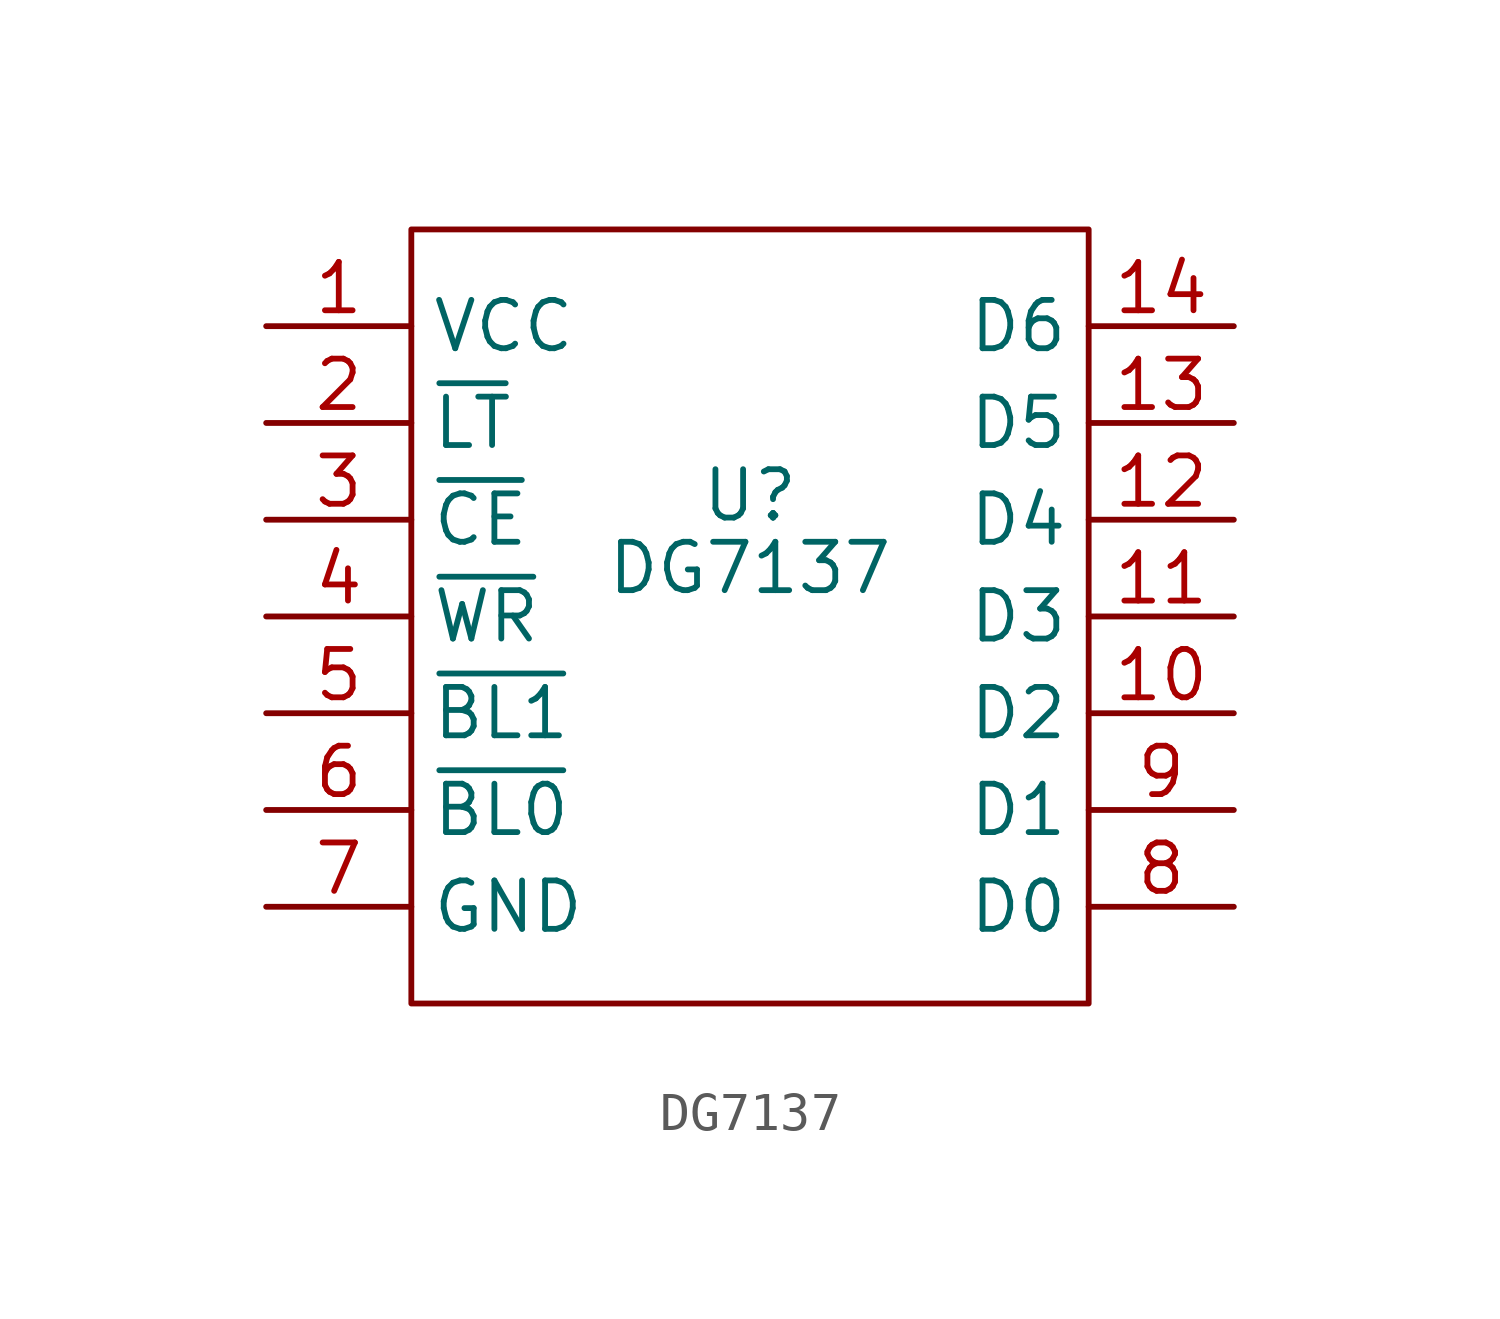
<source format=kicad_sym>
(kicad_symbol_lib
  (version 20211014)
  (generator kicad_symbol_editor)
  (symbol "DG7137"
    (property "Reference" "U"
      (at 0 -8.255 0)
      (effects (font (size 1.27 1.27))))
    (property "Value" "DG7137"
      (at 0 -10.16 0)
      (effects (font (size 1.27 1.27))))
    (symbol "DG7137_0_1"
      (rectangle (start -8.89 -1.27) (end 8.89 -21.59) (stroke (width 0) (type default) (color 0 0 0 0)) (fill (type none))))
    (symbol "DG7137_1_1"
      (pin bidirectional line (at -12.7 -3.81 0) (length 3.81) (name "VCC" (effects (font (size 1.27 1.27)))) (number "1" (effects (font (size 1.27 1.27)))))
      (pin bidirectional line (at 12.7 -13.97 180) (length 3.81) (name "D2" (effects (font (size 1.27 1.27)))) (number "10" (effects (font (size 1.27 1.27)))))
      (pin bidirectional line (at 12.7 -11.43 180) (length 3.81) (name "D3" (effects (font (size 1.27 1.27)))) (number "11" (effects (font (size 1.27 1.27)))))
      (pin bidirectional line (at 12.7 -8.89 180) (length 3.81) (name "D4" (effects (font (size 1.27 1.27)))) (number "12" (effects (font (size 1.27 1.27)))))
      (pin bidirectional line (at 12.7 -6.35 180) (length 3.81) (name "D5" (effects (font (size 1.27 1.27)))) (number "13" (effects (font (size 1.27 1.27)))))
      (pin bidirectional line (at 12.7 -3.81 180) (length 3.81) (name "D6" (effects (font (size 1.27 1.27)))) (number "14" (effects (font (size 1.27 1.27)))))
      (pin bidirectional line (at -12.7 -6.35 0) (length 3.81) (name "~{LT}" (effects (font (size 1.27 1.27)))) (number "2" (effects (font (size 1.27 1.27)))))
      (pin bidirectional line (at -12.7 -8.89 0) (length 3.81) (name "~{CE}" (effects (font (size 1.27 1.27)))) (number "3" (effects (font (size 1.27 1.27)))))
      (pin bidirectional line (at -12.7 -11.43 0) (length 3.81) (name "~{WR}" (effects (font (size 1.27 1.27)))) (number "4" (effects (font (size 1.27 1.27)))))
      (pin bidirectional line (at -12.7 -13.97 0) (length 3.81) (name "~{BL1}" (effects (font (size 1.27 1.27)))) (number "5" (effects (font (size 1.27 1.27)))))
      (pin bidirectional line (at -12.7 -16.51 0) (length 3.81) (name "~{BL0}" (effects (font (size 1.27 1.27)))) (number "6" (effects (font (size 1.27 1.27)))))
      (pin bidirectional line (at -12.7 -19.05 0) (length 3.81) (name "GND" (effects (font (size 1.27 1.27)))) (number "7" (effects (font (size 1.27 1.27)))))
      (pin bidirectional line (at 12.7 -19.05 180) (length 3.81) (name "D0" (effects (font (size 1.27 1.27)))) (number "8" (effects (font (size 1.27 1.27)))))
      (pin bidirectional line (at 12.7 -16.51 180) (length 3.81) (name "D1" (effects (font (size 1.27 1.27)))) (number "9" (effects (font (size 1.27 1.27))))))))
</source>
